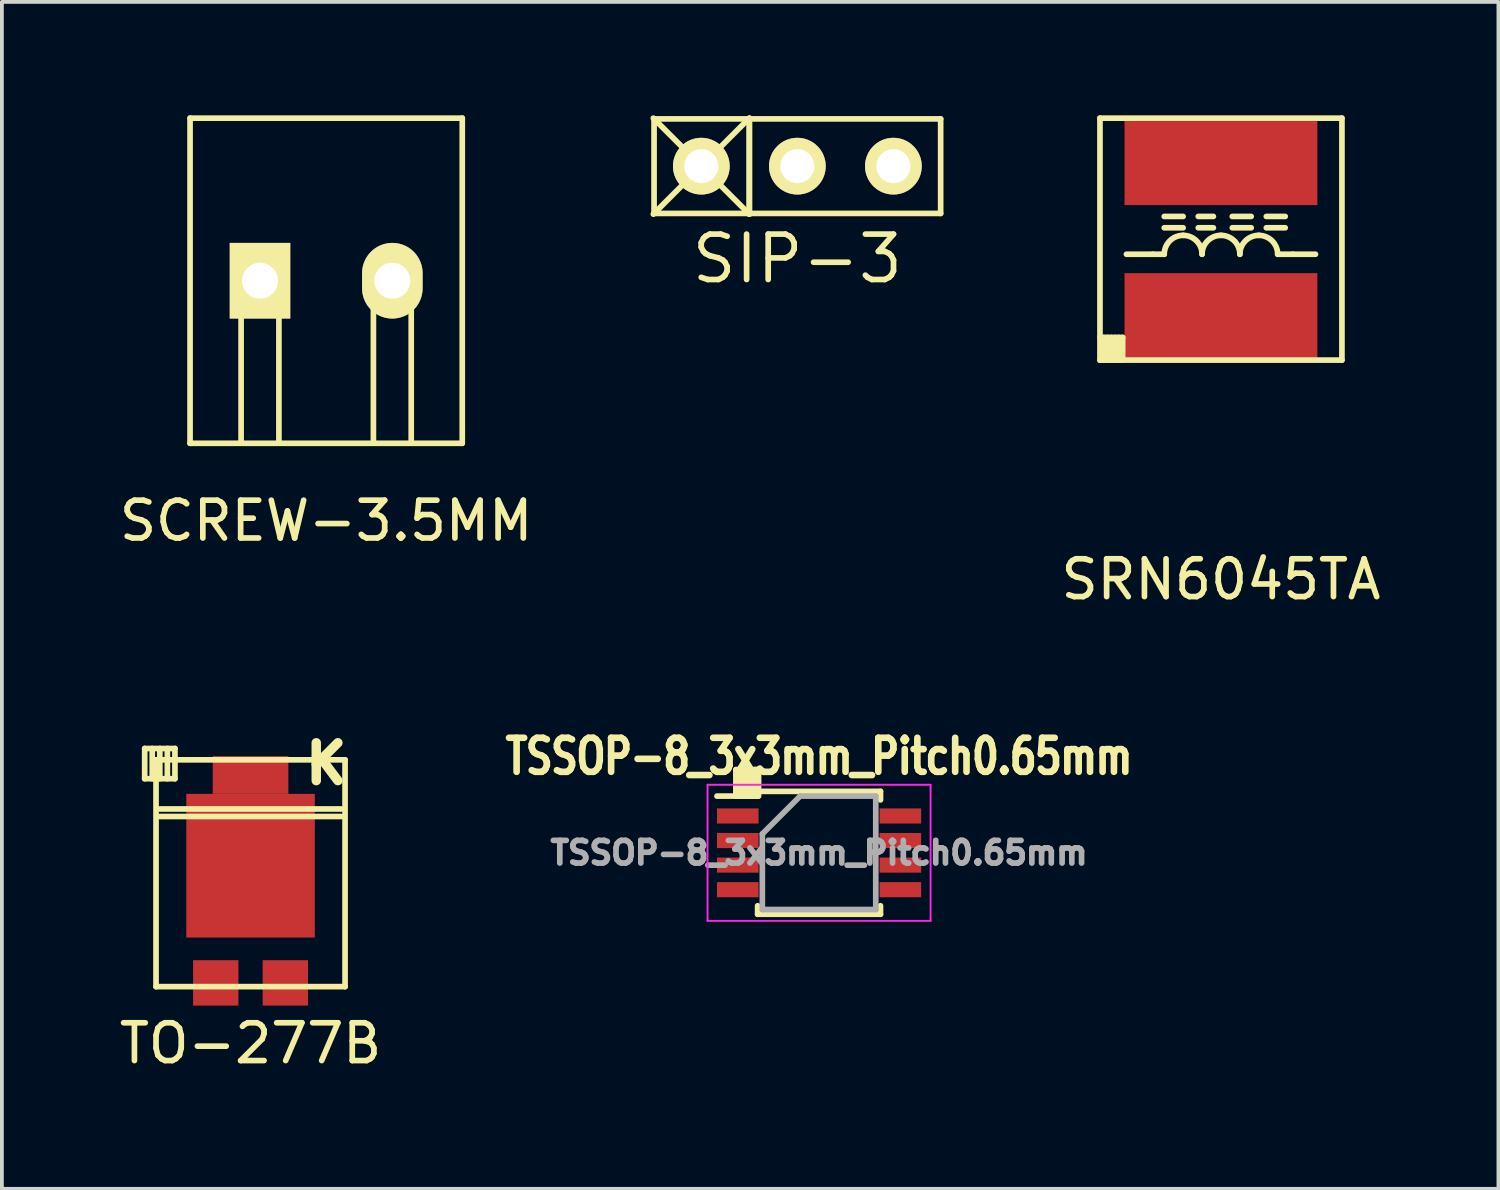
<source format=kicad_pcb>
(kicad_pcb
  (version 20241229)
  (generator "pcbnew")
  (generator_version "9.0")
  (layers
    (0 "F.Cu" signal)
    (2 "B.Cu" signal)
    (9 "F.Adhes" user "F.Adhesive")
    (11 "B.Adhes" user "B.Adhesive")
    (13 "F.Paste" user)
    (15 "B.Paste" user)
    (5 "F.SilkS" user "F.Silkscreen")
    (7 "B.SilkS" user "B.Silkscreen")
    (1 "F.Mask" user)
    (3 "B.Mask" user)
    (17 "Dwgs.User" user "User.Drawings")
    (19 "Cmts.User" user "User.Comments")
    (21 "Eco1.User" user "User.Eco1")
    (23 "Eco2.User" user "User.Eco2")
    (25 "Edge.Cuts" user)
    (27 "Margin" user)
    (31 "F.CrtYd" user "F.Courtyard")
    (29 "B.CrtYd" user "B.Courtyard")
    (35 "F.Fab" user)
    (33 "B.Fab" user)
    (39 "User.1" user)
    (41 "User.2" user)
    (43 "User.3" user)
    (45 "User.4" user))
  (footprint "SIP-3"
    (layer "F.Cu")
    (at 18.04 1.345)
    (property "Reference" "SIP-3" (at 0 2.45 0) (layer "F.SilkS") (effects (font (size 1.2 1.2) (thickness 0.15))))
    (attr through_hole)
    (fp_line (start -3.81 -1.27) (end -1.27 1.27) (stroke (width 0.15) (type solid)) (layer "F.SilkS"))
    (fp_line (start -3.79 -1.25) (end 3.79 -1.25) (stroke (width 0.15) (type solid)) (layer "F.SilkS"))
    (fp_line (start -3.79 1.25) (end -3.79 -1.25) (stroke (width 0.15) (type solid)) (layer "F.SilkS"))
    (fp_line (start -1.27 -1.27) (end -3.81 1.27) (stroke (width 0.15) (type solid)) (layer "F.SilkS"))
    (fp_line (start -1.27 -1.25) (end -1.27 1.25) (stroke (width 0.15) (type solid)) (layer "F.SilkS"))
    (fp_line (start -1.27 1.27) (end -1.27 -1.27) (stroke (width 0.15) (type solid)) (layer "F.SilkS"))
    (fp_line (start 3.79 -1.25) (end 3.79 1.25) (stroke (width 0.15) (type solid)) (layer "F.SilkS"))
    (fp_line (start 3.79 1.25) (end -3.79 1.25) (stroke (width 0.15) (type solid)) (layer "F.SilkS"))
    (pad "1" thru_hole circle (at -2.54 0) (size 1.5 1.5) (drill 0.9) (layers "*.Cu" "*.Mask" "F.SilkS"))
    (pad "2" thru_hole circle (at 0 0) (size 1.5 1.5) (drill 0.9) (layers "*.Cu" "*.Mask" "F.SilkS"))
    (pad "3" thru_hole circle (at 2.54 0) (size 1.5 1.5) (drill 0.9) (layers "*.Cu" "*.Mask" "F.SilkS")))
  (footprint "TSSOP-8_3x3mm_Pitch0.65mm"
    (layer "F.Cu")
    (at 18.614 19.507)
    (property "Reference" "TSSOP-8_3x3mm_Pitch0.65mm" (at 0 -2.55 0) (layer "F.SilkS") (effects (font (size 0.9 0.7) (thickness 0.175))))
    (attr smd)
    (fp_line (start -2.2 -2.2) (end -2.2 -1.5) (stroke (width 0.15) (type solid)) (layer "F.SilkS"))
    (fp_line (start -2.2 -2.2) (end -1.6 -2.2) (stroke (width 0.15) (type solid)) (layer "F.SilkS"))
    (fp_line (start -2.2 -1.5) (end -2 -1.5) (stroke (width 0.15) (type solid)) (layer "F.SilkS"))
    (fp_line (start -2.1 -2.2) (end -2 -2.2) (stroke (width 0.15) (type solid)) (layer "F.SilkS"))
    (fp_line (start -2.1 -1.5) (end -2.1 -2.2) (stroke (width 0.15) (type solid)) (layer "F.SilkS"))
    (fp_line (start -2 -2.2) (end -2 -1.5) (stroke (width 0.15) (type solid)) (layer "F.SilkS"))
    (fp_line (start -2 -1.5) (end -1.9 -1.5) (stroke (width 0.15) (type solid)) (layer "F.SilkS"))
    (fp_line (start -1.9 -2.2) (end -1.8 -2.2) (stroke (width 0.15) (type solid)) (layer "F.SilkS"))
    (fp_line (start -1.9 -1.5) (end -1.9 -2.2) (stroke (width 0.15) (type solid)) (layer "F.SilkS"))
    (fp_line (start -1.8 -2.2) (end -1.8 -1.5) (stroke (width 0.15) (type solid)) (layer "F.SilkS"))
    (fp_line (start -1.8 -1.5) (end -1.7 -1.5) (stroke (width 0.15) (type solid)) (layer "F.SilkS"))
    (fp_line (start -1.7 -2.2) (end -1.6 -2.2) (stroke (width 0.15) (type solid)) (layer "F.SilkS"))
    (fp_line (start -1.7 -1.5) (end -1.7 -2.2) (stroke (width 0.15) (type solid)) (layer "F.SilkS"))
    (fp_line (start -1.625 -1.625) (end -1.625 -1.5) (stroke (width 0.15) (type solid)) (layer "F.SilkS"))
    (fp_line (start -1.625 -1.625) (end 1.625 -1.625) (stroke (width 0.15) (type solid)) (layer "F.SilkS"))
    (fp_line (start -1.625 -1.5) (end -2.7 -1.5) (stroke (width 0.15) (type solid)) (layer "F.SilkS"))
    (fp_line (start -1.625 1.625) (end -1.625 1.4) (stroke (width 0.15) (type solid)) (layer "F.SilkS"))
    (fp_line (start -1.625 1.625) (end 1.625 1.625) (stroke (width 0.15) (type solid)) (layer "F.SilkS"))
    (fp_line (start -1.6 -2.2) (end -1.6 -1.5) (stroke (width 0.15) (type solid)) (layer "F.SilkS"))
    (fp_line (start 1.625 -1.625) (end 1.625 -1.4) (stroke (width 0.15) (type solid)) (layer "F.SilkS"))
    (fp_line (start 1.625 1.625) (end 1.625 1.4) (stroke (width 0.15) (type solid)) (layer "F.SilkS"))
    (fp_line (start -2.95 -1.8) (end -2.95 1.8) (stroke (width 0.05) (type solid)) (layer "F.CrtYd"))
    (fp_line (start -2.95 -1.8) (end 2.95 -1.8) (stroke (width 0.05) (type solid)) (layer "F.CrtYd"))
    (fp_line (start -2.95 1.8) (end 2.95 1.8) (stroke (width 0.05) (type solid)) (layer "F.CrtYd"))
    (fp_line (start 2.95 -1.8) (end 2.95 1.8) (stroke (width 0.05) (type solid)) (layer "F.CrtYd"))
    (fp_line (start -1.5 -0.5) (end -0.5 -1.5) (stroke (width 0.15) (type solid)) (layer "F.Fab"))
    (fp_line (start -1.5 1.5) (end -1.5 -0.5) (stroke (width 0.15) (type solid)) (layer "F.Fab"))
    (fp_line (start -0.5 -1.5) (end 1.5 -1.5) (stroke (width 0.15) (type solid)) (layer "F.Fab"))
    (fp_line (start 1.5 -1.5) (end 1.5 1.5) (stroke (width 0.15) (type solid)) (layer "F.Fab"))
    (fp_line (start 1.5 1.5) (end -1.5 1.5) (stroke (width 0.15) (type solid)) (layer "F.Fab"))
    (fp_text user "${REFERENCE}" (at 0 0 0) (layer "F.Fab") (effects (font (size 0.6 0.6) (thickness 0.15))))
    (pad "1" smd rect (at -2.15 -0.975) (size 1.1 0.4) (layers "F.Cu" "F.Mask" "F.Paste"))
    (pad "2" smd rect (at -2.15 -0.325) (size 1.1 0.4) (layers "F.Cu" "F.Mask" "F.Paste"))
    (pad "3" smd rect (at -2.15 0.325) (size 1.1 0.4) (layers "F.Cu" "F.Mask" "F.Paste"))
    (pad "4" smd rect (at -2.15 0.975) (size 1.1 0.4) (layers "F.Cu" "F.Mask" "F.Paste"))
    (pad "5" smd rect (at 2.15 0.975) (size 1.1 0.4) (layers "F.Cu" "F.Mask" "F.Paste"))
    (pad "6" smd rect (at 2.15 0.325) (size 1.1 0.4) (layers "F.Cu" "F.Mask" "F.Paste"))
    (pad "7" smd rect (at 2.15 -0.325) (size 1.1 0.4) (layers "F.Cu" "F.Mask" "F.Paste"))
    (pad "8" smd rect (at 2.15 -0.975) (size 1.1 0.4) (layers "F.Cu" "F.Mask" "F.Paste")))
  (footprint "SCREW-3.5MM"
    (layer "F.Cu")
    (at 5.577 4.375)
    (property "Reference" "SCREW-3.5MM" (at 0 6.35 0) (layer "F.SilkS") (effects (font (size 1 1) (thickness 0.15))))
    (attr through_hole)
    (fp_line (start -3.6 -4.3) (end 3.6 -4.3) (stroke (width 0.15) (type solid)) (layer "F.SilkS"))
    (fp_line (start -3.6 4.3) (end -3.6 -4.3) (stroke (width 0.15) (type solid)) (layer "F.SilkS"))
    (fp_line (start -2.25 1) (end -2.25 4.25) (stroke (width 0.15) (type solid)) (layer "F.SilkS"))
    (fp_line (start -1.25 1) (end -1.25 4.25) (stroke (width 0.15) (type solid)) (layer "F.SilkS"))
    (fp_line (start 1.25 0.75) (end 1.25 4.25) (stroke (width 0.15) (type solid)) (layer "F.SilkS"))
    (fp_line (start 2.25 0.75) (end 2.25 4.25) (stroke (width 0.15) (type solid)) (layer "F.SilkS"))
    (fp_line (start 3.6 -4.3) (end 3.6 4.3) (stroke (width 0.15) (type solid)) (layer "F.SilkS"))
    (fp_line (start 3.6 4.3) (end -3.6 4.3) (stroke (width 0.15) (type solid)) (layer "F.SilkS"))
    (pad "1" thru_hole rect (at -1.75 0) (size 1.6 2) (drill 0.95) (layers "*.Cu" "*.Mask" "F.SilkS"))
    (pad "2" thru_hole oval (at 1.75 0) (size 1.6 2) (drill 0.95) (layers "*.Cu" "*.Mask" "F.SilkS")))
  (footprint "TO-277B"
    (layer "F.Cu")
    (at 3.577 21.547)
    (property "Reference" "TO-277B" (at 0 3 0) (layer "F.SilkS") (effects (font (size 1 1) (thickness 0.15))))
    (attr smd)
    (fp_line (start -2.8 -4.8) (end -2 -4.8) (stroke (width 0.15) (type solid)) (layer "F.SilkS"))
    (fp_line (start -2.8 -4) (end -2.8 -4.8) (stroke (width 0.15) (type solid)) (layer "F.SilkS"))
    (fp_line (start -2.6 -4.8) (end -2.6 -4) (stroke (width 0.15) (type solid)) (layer "F.SilkS"))
    (fp_line (start -2.5 -4.5) (end 2.5 -4.5) (stroke (width 0.15) (type solid)) (layer "F.SilkS"))
    (fp_line (start -2.5 1.5) (end -2.5 -4.5) (stroke (width 0.15) (type solid)) (layer "F.SilkS"))
    (fp_line (start -2.4 -4.8) (end -2.4 -4) (stroke (width 0.15) (type solid)) (layer "F.SilkS"))
    (fp_line (start -2.4 -3.2) (end 2.4 -3.2) (stroke (width 0.15) (type solid)) (layer "F.SilkS"))
    (fp_line (start -2.2 -4.8) (end -2.2 -4) (stroke (width 0.15) (type solid)) (layer "F.SilkS"))
    (fp_line (start -2 -4.8) (end -2 -4) (stroke (width 0.15) (type solid)) (layer "F.SilkS"))
    (fp_line (start -2 -4) (end -2.8 -4) (stroke (width 0.15) (type solid)) (layer "F.SilkS"))
    (fp_line (start 2.4 -3) (end -2.4 -3) (stroke (width 0.15) (type solid)) (layer "F.SilkS"))
    (fp_line (start 2.5 -4.5) (end 2.5 1.5) (stroke (width 0.15) (type solid)) (layer "F.SilkS"))
    (fp_line (start 2.5 1.5) (end -2.5 1.5) (stroke (width 0.15) (type solid)) (layer "F.SilkS"))
    (fp_text user "K" (at 2 -4.4 0) (layer "F.SilkS") (effects (font (size 1 1) (thickness 0.25))))
    (pad "1" smd rect (at 0 -4.1) (size 2 1) (layers "F.Cu" "F.Mask" "F.Paste"))
    (pad "1" smd rect (at 0 -1.7) (size 3.4 3.8) (layers "F.Cu" "F.Mask" "F.Paste"))
    (pad "2" smd rect (at -0.92 1.4) (size 1.2 1.2) (layers "F.Cu" "F.Mask" "F.Paste"))
    (pad "2" smd rect (at 0.92 1.4) (size 1.2 1.2) (layers "F.Cu" "F.Mask" "F.Paste")))
  (footprint "SRN6045TA"
    (layer "F.Cu")
    (at 29.244 3.275)
    (property "Reference" "SRN6045TA" (at 0 9 0) (layer "F.SilkS") (effects (font (size 1 1) (thickness 0.15))))
    (attr smd)
    (fp_line (start -3.2 -3.2) (end 3.2 -3.2) (stroke (width 0.15) (type solid)) (layer "F.SilkS"))
    (fp_line (start -3.2 2.6) (end -2.6 2.6) (stroke (width 0.15) (type solid)) (layer "F.SilkS"))
    (fp_line (start -3.2 3.2) (end -3.2 -3.2) (stroke (width 0.15) (type solid)) (layer "F.SilkS"))
    (fp_line (start -3.1 2.6) (end -3.1 3.2) (stroke (width 0.15) (type solid)) (layer "F.SilkS"))
    (fp_line (start -3 2.6) (end -3 3.2) (stroke (width 0.15) (type solid)) (layer "F.SilkS"))
    (fp_line (start -2.9 2.6) (end -2.9 3.2) (stroke (width 0.15) (type solid)) (layer "F.SilkS"))
    (fp_line (start -2.8 2.6) (end -2.8 3.2) (stroke (width 0.15) (type solid)) (layer "F.SilkS"))
    (fp_line (start -2.7 2.6) (end -2.7 3.2) (stroke (width 0.15) (type solid)) (layer "F.SilkS"))
    (fp_line (start -2.6 2.6) (end -2.6 3.2) (stroke (width 0.15) (type solid)) (layer "F.SilkS"))
    (fp_line (start -2.5 0.4) (end -1.8 0.4) (stroke (width 0.15) (type solid)) (layer "F.SilkS"))
    (fp_line (start -1.5 -0.6) (end -1 -0.6) (stroke (width 0.15) (type solid)) (layer "F.SilkS"))
    (fp_line (start -1.5 -0.3) (end -1 -0.3) (stroke (width 0.15) (type solid)) (layer "F.SilkS"))
    (fp_line (start -1.5 0.4) (end -1.8 0.4) (stroke (width 0.15) (type solid)) (layer "F.SilkS"))
    (fp_line (start -0.6 -0.6) (end -0.2 -0.6) (stroke (width 0.15) (type solid)) (layer "F.SilkS"))
    (fp_line (start -0.6 -0.3) (end -0.2 -0.3) (stroke (width 0.15) (type solid)) (layer "F.SilkS"))
    (fp_line (start 0.3 -0.6) (end 0.8 -0.6) (stroke (width 0.15) (type solid)) (layer "F.SilkS"))
    (fp_line (start 0.3 -0.3) (end 0.8 -0.3) (stroke (width 0.15) (type solid)) (layer "F.SilkS"))
    (fp_line (start 1.2 -0.6) (end 1.7 -0.6) (stroke (width 0.15) (type solid)) (layer "F.SilkS"))
    (fp_line (start 1.2 -0.3) (end 1.7 -0.3) (stroke (width 0.15) (type solid)) (layer "F.SilkS"))
    (fp_line (start 1.5 0.4) (end 1.9 0.4) (stroke (width 0.15) (type solid)) (layer "F.SilkS"))
    (fp_line (start 2.5 0.4) (end 1.9 0.4) (stroke (width 0.15) (type solid)) (layer "F.SilkS"))
    (fp_line (start 3.2 -3.2) (end 3.2 3.2) (stroke (width 0.15) (type solid)) (layer "F.SilkS"))
    (fp_line (start 3.2 3.2) (end -3.2 3.2) (stroke (width 0.15) (type solid)) (layer "F.SilkS"))
    (fp_arc (start -1.5 0.4) (mid -1.353553 0.046447) (end -1 -0.1) (stroke (width 0.15) (type solid)) (layer "F.SilkS"))
    (fp_arc (start -1 -0.1) (mid -0.646447 0.046447) (end -0.5 0.4) (stroke (width 0.15) (type solid)) (layer "F.SilkS"))
    (fp_arc (start -0.5 0.4) (mid -0.353553 0.046447) (end 0 -0.1) (stroke (width 0.15) (type solid)) (layer "F.SilkS"))
    (fp_arc (start 0 -0.1) (mid 0.353553 0.046447) (end 0.5 0.4) (stroke (width 0.15) (type solid)) (layer "F.SilkS"))
    (fp_arc (start 0.5 0.4) (mid 0.646447 0.046447) (end 1 -0.1) (stroke (width 0.15) (type solid)) (layer "F.SilkS"))
    (fp_arc (start 1 -0.1) (mid 1.353553 0.046447) (end 1.5 0.4) (stroke (width 0.15) (type solid)) (layer "F.SilkS"))
    (pad "1" smd rect (at 0 2.075) (size 5.1 2.35) (layers "F.Cu" "F.Mask" "F.Paste"))
    (pad "2" smd rect (at 0 -2.075) (size 5.1 2.35) (layers "F.Cu" "F.Mask" "F.Paste")))
  (gr_rect
    (start -3 -3)
    (end 36.583 28.395)
    (stroke (width 0.1) (type default))
    (fill no)
    (layer "Edge.Cuts")))
</source>
